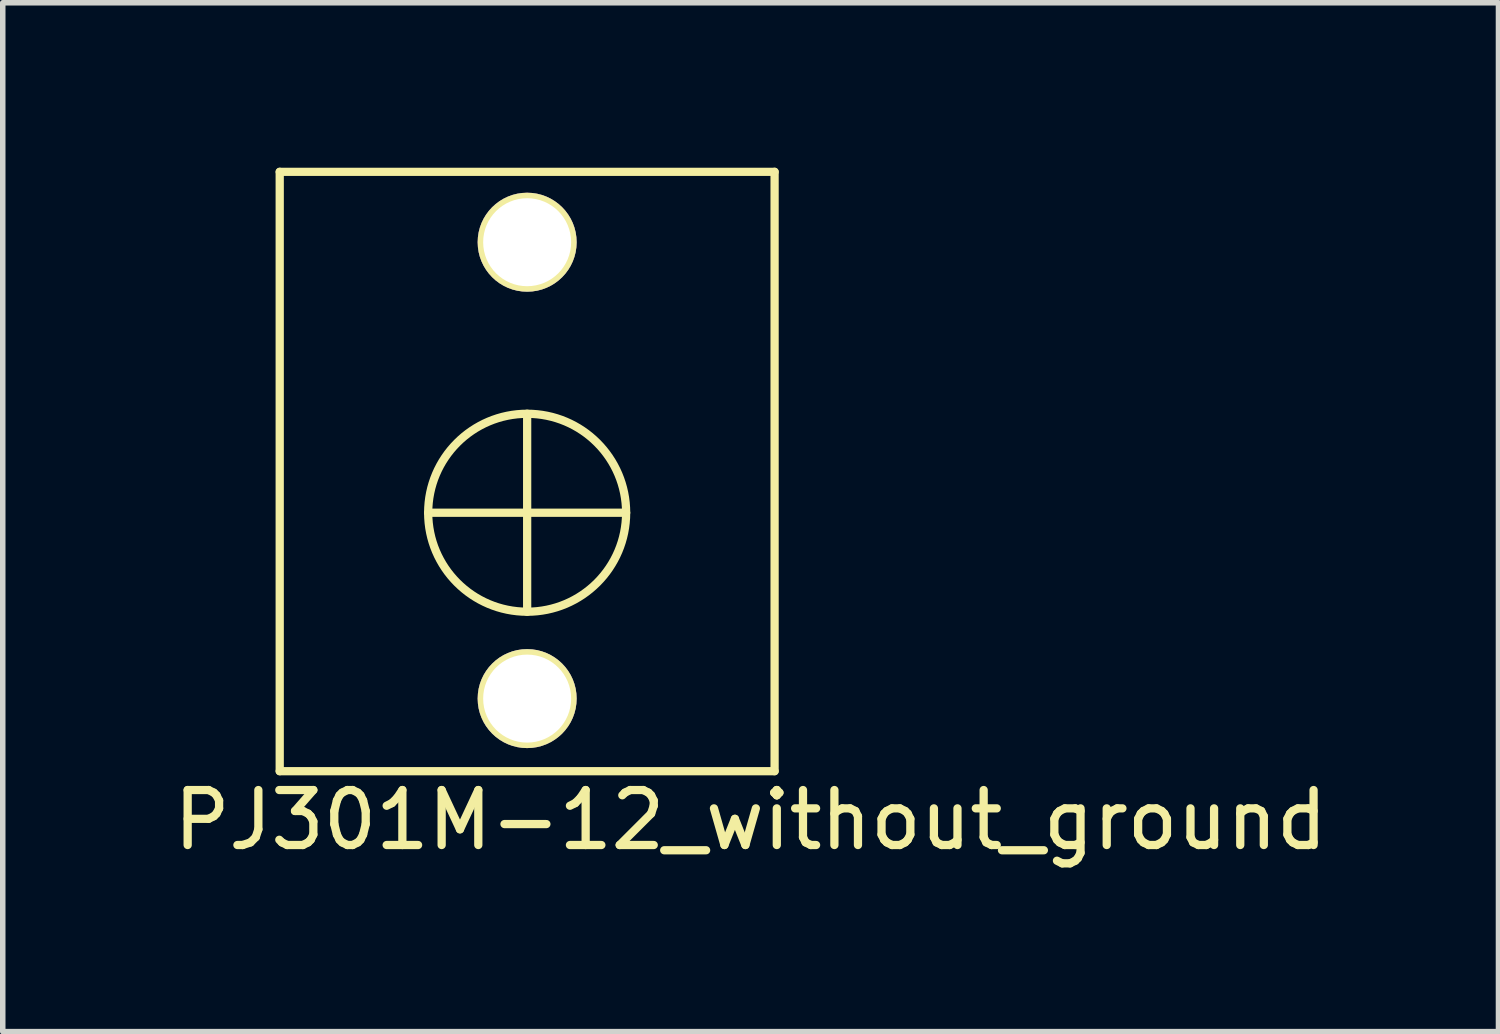
<source format=kicad_pcb>
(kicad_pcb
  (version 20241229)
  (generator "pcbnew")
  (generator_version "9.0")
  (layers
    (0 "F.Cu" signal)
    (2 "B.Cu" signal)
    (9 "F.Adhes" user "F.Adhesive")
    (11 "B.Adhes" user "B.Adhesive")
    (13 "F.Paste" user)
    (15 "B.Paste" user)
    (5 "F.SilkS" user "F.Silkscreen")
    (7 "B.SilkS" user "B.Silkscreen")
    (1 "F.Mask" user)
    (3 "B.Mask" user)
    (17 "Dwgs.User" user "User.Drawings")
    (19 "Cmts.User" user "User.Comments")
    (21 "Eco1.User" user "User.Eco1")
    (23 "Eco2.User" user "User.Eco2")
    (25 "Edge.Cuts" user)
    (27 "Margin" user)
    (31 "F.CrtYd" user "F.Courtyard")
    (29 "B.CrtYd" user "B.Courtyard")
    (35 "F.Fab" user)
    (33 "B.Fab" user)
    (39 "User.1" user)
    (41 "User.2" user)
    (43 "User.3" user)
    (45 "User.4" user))
  (footprint "PJ301M-12_without_ground"
    (layer "F.Cu")
    (at 6.537 6.275)
    (property "Reference" "PJ301M-12_without_ground" (at 4.064 5.588 0) (layer "F.SilkS") (effects (font (size 1 1) (thickness 0.15))))
    (attr through_hole)
    (fp_line (start -4.5 -6.2) (end -4.5 4.7) (stroke (width 0.15) (type solid)) (layer "F.SilkS"))
    (fp_line (start -4.5 -6.2) (end 4.5 -6.2) (stroke (width 0.15) (type solid)) (layer "F.SilkS"))
    (fp_line (start -4.5 4.7) (end 4.5 4.7) (stroke (width 0.15) (type solid)) (layer "F.SilkS"))
    (fp_line (start -1.8 0) (end 1.8 0) (stroke (width 0.15) (type solid)) (layer "F.SilkS"))
    (fp_line (start 0 -1.8) (end 0 1.8) (stroke (width 0.15) (type solid)) (layer "F.SilkS"))
    (fp_line (start 4.5 -6.2) (end 4.5 4.7) (stroke (width 0.15) (type solid)) (layer "F.SilkS"))
    (fp_circle (center 0 0) (end 1.8 0) (stroke (width 0.15) (type solid)) (fill no) (layer "F.SilkS"))
    (pad "2" thru_hole circle (at 0 3.38) (size 1.8 1.8) (drill 1.6) (layers "*.Cu" "*.Mask" "F.SilkS"))
    (pad "3" thru_hole circle (at 0 -4.92) (size 1.8 1.8) (drill 1.6) (layers "*.Cu" "*.Mask" "F.SilkS")))
  (gr_rect
    (start -3 -3)
    (end 24.202 15.711)
    (stroke (width 0.1) (type default))
    (fill no)
    (layer "Edge.Cuts")))
</source>
